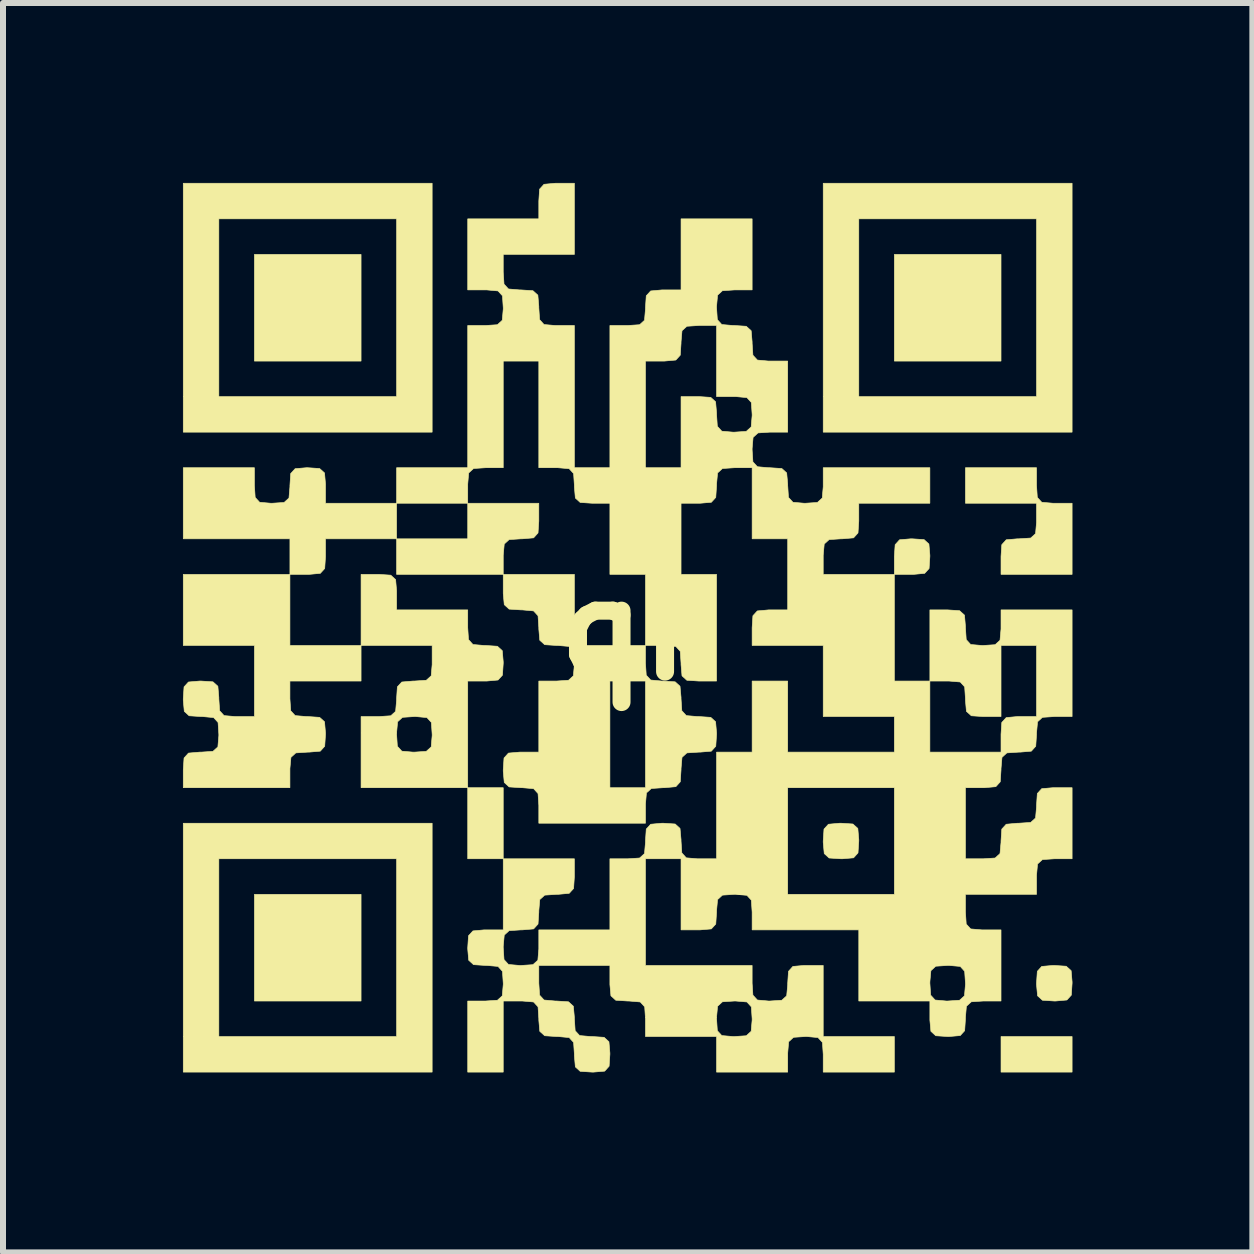
<source format=kicad_pcb>
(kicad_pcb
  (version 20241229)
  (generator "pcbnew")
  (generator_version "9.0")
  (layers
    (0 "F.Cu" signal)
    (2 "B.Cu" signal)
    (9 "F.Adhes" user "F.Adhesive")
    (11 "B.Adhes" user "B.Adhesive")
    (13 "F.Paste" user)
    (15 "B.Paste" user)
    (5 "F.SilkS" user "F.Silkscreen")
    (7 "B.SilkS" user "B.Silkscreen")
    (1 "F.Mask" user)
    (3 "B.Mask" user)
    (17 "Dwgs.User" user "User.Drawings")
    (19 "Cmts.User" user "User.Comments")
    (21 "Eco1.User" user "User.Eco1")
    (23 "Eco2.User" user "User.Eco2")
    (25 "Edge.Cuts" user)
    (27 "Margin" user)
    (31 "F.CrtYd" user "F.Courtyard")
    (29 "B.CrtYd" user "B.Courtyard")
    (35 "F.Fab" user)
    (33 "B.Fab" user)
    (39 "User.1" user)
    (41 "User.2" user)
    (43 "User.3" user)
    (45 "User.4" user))
  (footprint "qr"
    (layer "F.Cu")
    (at 7.456 7.456)
    (property "Reference" "qr" (at 0 0 0) (layer "F.SilkS") (effects (font (size 1.524 1.524) (thickness 0.3))))
    (attr through_hole)
    (fp_poly (pts (xy -4.487 -4.487) (xy -6.265 -4.487) (xy -6.265 -6.265) (xy -4.487 -6.265) (xy -4.487 -4.487)) (stroke (width 0.01) (type solid)) (fill yes) (layer "F.SilkS"))
    (fp_poly (pts (xy -4.487 6.181) (xy -6.265 6.181) (xy -6.265 4.403) (xy -4.487 4.403) (xy -4.487 6.181)) (stroke (width 0.01) (type solid)) (fill yes) (layer "F.SilkS"))
    (fp_poly (pts (xy 6.181 -4.487) (xy 4.403 -4.487) (xy 4.403 -6.265) (xy 6.181 -6.265) (xy 6.181 -4.487)) (stroke (width 0.01) (type solid)) (fill yes) (layer "F.SilkS"))
    (fp_poly (pts (xy 7.366 7.366) (xy 6.181 7.366) (xy 6.181 6.773) (xy 7.366 6.773) (xy 7.366 7.366)) (stroke (width 0.01) (type solid)) (fill yes) (layer "F.SilkS"))
    (fp_poly (pts (xy -3.302 -3.302) (xy -7.451 -3.302) (xy -7.451 -6.858) (xy -6.858 -6.858) (xy -6.858 -3.895) (xy -3.895 -3.895) (xy -3.895 -6.858) (xy -6.858 -6.858) (xy -7.451 -6.858) (xy -7.451 -7.451) (xy -3.302 -7.451) (xy -3.302 -3.302)) (stroke (width 0.01) (type solid)) (fill yes) (layer "F.SilkS"))
    (fp_poly (pts (xy -3.302 7.366) (xy -7.451 7.366) (xy -7.451 3.81) (xy -6.858 3.81) (xy -6.858 6.773) (xy -3.895 6.773) (xy -3.895 3.81) (xy -6.858 3.81) (xy -7.451 3.81) (xy -7.451 3.217) (xy -3.302 3.217) (xy -3.302 7.366)) (stroke (width 0.01) (type solid)) (fill yes) (layer "F.SilkS"))
    (fp_poly (pts (xy 7.366 -3.302) (xy 3.217 -3.302) (xy 3.217 -6.858) (xy 3.81 -6.858) (xy 3.81 -3.895) (xy 6.773 -3.895) (xy 6.773 -6.858) (xy 3.81 -6.858) (xy 3.217 -6.858) (xy 3.217 -7.451) (xy 7.366 -7.451) (xy 7.366 -3.302)) (stroke (width 0.01) (type solid)) (fill yes) (layer "F.SilkS"))
    (fp_poly (pts (xy 4.403 -1.228) (xy 4.416 -1.426) (xy 4.49 -1.508) (xy 4.676 -1.524) (xy 4.699 -1.524) (xy 4.898 -1.511) (xy 4.979 -1.437) (xy 4.995 -1.25) (xy 4.995 -1.228) (xy 4.982 -1.029) (xy 4.908 -0.948) (xy 4.722 -0.931) (xy 4.699 -0.931) (xy 4.403 -0.931) (xy 4.403 -1.228)) (stroke (width 0.01) (type solid)) (fill yes) (layer "F.SilkS"))
    (fp_poly (pts (xy -3.895 -0.931) (xy -3.895 -1.524) (xy -2.709 -1.524) (xy -2.709 -2.117) (xy -1.524 -2.117) (xy -1.524 -1.82) (xy -1.537 -1.622) (xy -1.611 -1.54) (xy -1.798 -1.524) (xy -1.82 -1.524) (xy -2.019 -1.511) (xy -2.1 -1.437) (xy -2.117 -1.25) (xy -2.117 -1.228) (xy -2.117 -0.931) (xy -3.895 -0.931)) (stroke (width 0.01) (type solid)) (fill yes) (layer "F.SilkS"))
    (fp_poly (pts (xy 3.712 3.23) (xy 3.794 3.304) (xy 3.81 3.491) (xy 3.81 3.514) (xy 3.797 3.712) (xy 3.723 3.794) (xy 3.536 3.81) (xy 3.514 3.81) (xy 3.315 3.797) (xy 3.234 3.723) (xy 3.217 3.536) (xy 3.217 3.514) (xy 3.23 3.315) (xy 3.304 3.234) (xy 3.491 3.217) (xy 3.514 3.217) (xy 3.712 3.23)) (stroke (width 0.01) (type solid)) (fill yes) (layer "F.SilkS"))
    (fp_poly (pts (xy 7.268 5.601) (xy 7.35 5.675) (xy 7.366 5.862) (xy 7.366 5.884) (xy 7.353 6.083) (xy 7.279 6.164) (xy 7.092 6.181) (xy 7.07 6.181) (xy 6.871 6.168) (xy 6.79 6.094) (xy 6.773 5.907) (xy 6.773 5.884) (xy 6.786 5.686) (xy 6.86 5.604) (xy 7.047 5.588) (xy 7.07 5.588) (xy 7.268 5.601)) (stroke (width 0.01) (type solid)) (fill yes) (layer "F.SilkS"))
    (fp_poly (pts (xy 6.773 -2.413) (xy 6.786 -2.214) (xy 6.86 -2.133) (xy 7.047 -2.117) (xy 7.07 -2.117) (xy 7.366 -2.117) (xy 7.366 -0.931) (xy 6.181 -0.931) (xy 6.181 -1.228) (xy 6.194 -1.426) (xy 6.268 -1.508) (xy 6.454 -1.524) (xy 6.477 -1.524) (xy 6.676 -1.537) (xy 6.757 -1.611) (xy 6.773 -1.798) (xy 6.773 -1.82) (xy 6.773 -2.117) (xy 5.588 -2.117) (xy 5.588 -2.709) (xy 6.773 -2.709) (xy 6.773 -2.413)) (stroke (width 0.01) (type solid)) (fill yes) (layer "F.SilkS"))
    (fp_poly (pts (xy -0.931 -0.931) (xy -0.931 0.254) (xy 0.254 0.254) (xy 0.254 0.55) (xy 0.267 0.749) (xy 0.341 0.83) (xy 0.528 0.847) (xy 0.55 0.847) (xy 0.749 0.86) (xy 0.83 0.934) (xy 0.847 1.12) (xy 0.847 1.143) (xy 0.86 1.342) (xy 0.934 1.423) (xy 1.12 1.439) (xy 1.143 1.439) (xy 1.342 1.452) (xy 1.423 1.526) (xy 1.439 1.713) (xy 1.439 1.736) (xy 1.426 1.934) (xy 1.352 2.016) (xy 1.166 2.032) (xy 1.143 2.032) (xy 0.944 2.045) (xy 0.863 2.119) (xy 0.847 2.306) (xy 0.847 2.328) (xy 0.834 2.527) (xy 0.76 2.608) (xy 0.573 2.625) (xy 0.55 2.625) (xy 0.352 2.638) (xy 0.27 2.712) (xy 0.254 2.898) (xy 0.254 2.921) (xy 0.254 3.217) (xy -1.524 3.217) (xy -1.524 2.921) (xy -1.537 2.722) (xy -1.611 2.641) (xy -1.798 2.625) (xy -1.82 2.625) (xy -2.019 2.612) (xy -2.1 2.538) (xy -2.117 2.351) (xy -2.117 2.328) (xy -2.104 2.13) (xy -2.03 2.048) (xy -1.843 2.032) (xy -1.82 2.032) (xy -1.524 2.032) (xy -1.524 0.847) (xy -1.228 0.847) (xy -0.339 0.847) (xy -0.339 2.625) (xy 0.254 2.625) (xy 0.254 0.847) (xy -0.339 0.847) (xy -1.228 0.847) (xy -1.029 0.834) (xy -0.948 0.76) (xy -0.931 0.573) (xy -0.931 0.55) (xy -0.944 0.352) (xy -1.018 0.27) (xy -1.205 0.254) (xy -1.228 0.254) (xy -1.426 0.241) (xy -1.508 0.167) (xy -1.524 -0.02) (xy -1.524 -0.042) (xy -1.537 -0.241) (xy -1.611 -0.322) (xy -1.798 -0.339) (xy -1.82 -0.339) (xy -2.019 -0.352) (xy -2.1 -0.426) (xy -2.117 -0.612) (xy -2.117 -0.635) (xy -2.117 -0.931) (xy -0.931 -0.931)) (stroke (width 0.01) (type solid)) (fill yes) (layer "F.SilkS"))
    (fp_poly (pts (xy 4.403 0.847) (xy 4.995 0.847) (xy 4.995 2.032) (xy 6.181 2.032) (xy 6.181 1.736) (xy 6.194 1.537) (xy 6.268 1.456) (xy 6.454 1.439) (xy 6.477 1.439) (xy 6.773 1.439) (xy 6.773 0.254) (xy 6.181 0.254) (xy 6.181 1.439) (xy 5.884 1.439) (xy 5.686 1.426) (xy 5.604 1.352) (xy 5.588 1.166) (xy 5.588 1.143) (xy 5.575 0.944) (xy 5.501 0.863) (xy 5.314 0.847) (xy 5.292 0.847) (xy 4.995 0.847) (xy 4.995 -0.339) (xy 5.292 -0.339) (xy 5.49 -0.326) (xy 5.572 -0.252) (xy 5.588 -0.065) (xy 5.588 -0.042) (xy 5.601 0.156) (xy 5.675 0.238) (xy 5.862 0.254) (xy 5.884 0.254) (xy 6.083 0.241) (xy 6.164 0.167) (xy 6.181 -0.02) (xy 6.181 -0.042) (xy 6.181 -0.339) (xy 7.366 -0.339) (xy 7.366 1.439) (xy 7.07 1.439) (xy 6.871 1.452) (xy 6.79 1.526) (xy 6.773 1.713) (xy 6.773 1.736) (xy 6.76 1.934) (xy 6.686 2.016) (xy 6.5 2.032) (xy 6.477 2.032) (xy 6.278 2.045) (xy 6.197 2.119) (xy 6.181 2.306) (xy 6.181 2.328) (xy 6.168 2.527) (xy 6.094 2.608) (xy 5.907 2.625) (xy 5.884 2.625) (xy 5.588 2.625) (xy 5.588 3.81) (xy 5.884 3.81) (xy 6.083 3.797) (xy 6.164 3.723) (xy 6.181 3.536) (xy 6.181 3.514) (xy 6.194 3.315) (xy 6.268 3.234) (xy 6.454 3.217) (xy 6.477 3.217) (xy 6.676 3.204) (xy 6.757 3.13) (xy 6.773 2.944) (xy 6.773 2.921) (xy 6.786 2.722) (xy 6.86 2.641) (xy 7.047 2.625) (xy 7.07 2.625) (xy 7.366 2.625) (xy 7.366 3.81) (xy 7.07 3.81) (xy 6.871 3.823) (xy 6.79 3.897) (xy 6.773 4.084) (xy 6.773 4.106) (xy 6.773 4.403) (xy 5.588 4.403) (xy 5.588 4.699) (xy 5.601 4.898) (xy 5.675 4.979) (xy 5.862 4.995) (xy 5.884 4.995) (xy 6.181 4.995) (xy 6.181 6.181) (xy 5.884 6.181) (xy 5.686 6.194) (xy 5.604 6.268) (xy 5.588 6.454) (xy 5.588 6.477) (xy 5.575 6.676) (xy 5.501 6.757) (xy 5.314 6.773) (xy 5.292 6.773) (xy 5.093 6.76) (xy 5.012 6.686) (xy 4.995 6.5) (xy 4.995 6.477) (xy 4.995 6.181) (xy 3.81 6.181) (xy 3.81 5.884) (xy 4.995 5.884) (xy 5.008 6.083) (xy 5.082 6.164) (xy 5.269 6.181) (xy 5.292 6.181) (xy 5.49 6.168) (xy 5.572 6.094) (xy 5.588 5.907) (xy 5.588 5.884) (xy 5.575 5.686) (xy 5.501 5.604) (xy 5.314 5.588) (xy 5.292 5.588) (xy 5.093 5.601) (xy 5.012 5.675) (xy 4.995 5.862) (xy 4.995 5.884) (xy 3.81 5.884) (xy 3.81 4.995) (xy 2.032 4.995) (xy 2.032 4.699) (xy 2.019 4.5) (xy 1.945 4.419) (xy 1.758 4.403) (xy 1.736 4.403) (xy 1.537 4.416) (xy 1.456 4.49) (xy 1.439 4.676) (xy 1.439 4.699) (xy 1.426 4.898) (xy 1.352 4.979) (xy 1.166 4.995) (xy 1.143 4.995) (xy 0.847 4.995) (xy 0.847 3.81) (xy 0.254 3.81) (xy 0.254 5.588) (xy 2.032 5.588) (xy 2.032 5.884) (xy 2.045 6.083) (xy 2.119 6.164) (xy 2.306 6.181) (xy 2.328 6.181) (xy 2.527 6.168) (xy 2.608 6.094) (xy 2.625 5.907) (xy 2.625 5.884) (xy 2.638 5.686) (xy 2.712 5.604) (xy 2.898 5.588) (xy 2.921 5.588) (xy 3.217 5.588) (xy 3.217 6.773) (xy 4.403 6.773) (xy 4.403 7.366) (xy 3.217 7.366) (xy 3.217 7.07) (xy 3.204 6.871) (xy 3.13 6.79) (xy 2.944 6.773) (xy 2.921 6.773) (xy 2.722 6.786) (xy 2.641 6.86) (xy 2.625 7.047) (xy 2.625 7.07) (xy 2.625 7.366) (xy 1.439 7.366) (xy 1.439 6.773) (xy 0.254 6.773) (xy 0.254 6.477) (xy 1.439 6.477) (xy 1.452 6.676) (xy 1.526 6.757) (xy 1.713 6.773) (xy 1.736 6.773) (xy 1.934 6.76) (xy 2.016 6.686) (xy 2.032 6.5) (xy 2.032 6.477) (xy 2.019 6.278) (xy 1.945 6.197) (xy 1.758 6.181) (xy 1.736 6.181) (xy 1.537 6.194) (xy 1.456 6.268) (xy 1.439 6.454) (xy 1.439 6.477) (xy 0.254 6.477) (xy 0.241 6.278) (xy 0.167 6.197) (xy -0.02 6.181) (xy -0.042 6.181) (xy -0.241 6.168) (xy -0.322 6.094) (xy -0.339 5.907) (xy -0.339 5.884) (xy -0.339 5.588) (xy -1.524 5.588) (xy -1.524 5.884) (xy -1.511 6.083) (xy -1.437 6.164) (xy -1.25 6.181) (xy -1.228 6.181) (xy -1.029 6.194) (xy -0.948 6.268) (xy -0.931 6.454) (xy -0.931 6.477) (xy -0.918 6.676) (xy -0.844 6.757) (xy -0.658 6.773) (xy -0.635 6.773) (xy -0.436 6.786) (xy -0.355 6.86) (xy -0.339 7.047) (xy -0.339 7.07) (xy -0.352 7.268) (xy -0.426 7.35) (xy -0.612 7.366) (xy -0.635 7.366) (xy -0.834 7.353) (xy -0.915 7.279) (xy -0.931 7.092) (xy -0.931 7.07) (xy -0.944 6.871) (xy -1.018 6.79) (xy -1.205 6.773) (xy -1.228 6.773) (xy -1.426 6.76) (xy -1.508 6.686) (xy -1.524 6.5) (xy -1.524 6.477) (xy -1.537 6.278) (xy -1.611 6.197) (xy -1.798 6.181) (xy -1.82 6.181) (xy -2.117 6.181) (xy -2.117 7.366) (xy -2.709 7.366) (xy -2.709 6.181) (xy -2.413 6.181) (xy -2.214 6.168) (xy -2.133 6.094) (xy -2.117 5.907) (xy -2.117 5.884) (xy -2.13 5.686) (xy -2.204 5.604) (xy -2.39 5.588) (xy -2.413 5.588) (xy -2.612 5.575) (xy -2.693 5.501) (xy -2.709 5.314) (xy -2.709 5.292) (xy -2.696 5.093) (xy -2.622 5.012) (xy -2.436 4.995) (xy -2.413 4.995) (xy -2.117 4.995) (xy -2.117 3.81) (xy -2.709 3.81) (xy -2.709 2.625) (xy -4.487 2.625) (xy -4.487 1.736) (xy -3.895 1.736) (xy -3.882 1.934) (xy -3.808 2.016) (xy -3.621 2.032) (xy -3.598 2.032) (xy -3.4 2.019) (xy -3.318 1.945) (xy -3.302 1.758) (xy -3.302 1.736) (xy -3.315 1.537) (xy -3.389 1.456) (xy -3.576 1.439) (xy -3.598 1.439) (xy -3.797 1.452) (xy -3.878 1.526) (xy -3.895 1.713) (xy -3.895 1.736) (xy -4.487 1.736) (xy -4.487 1.439) (xy -4.191 1.439) (xy -3.992 1.426) (xy -3.911 1.352) (xy -3.895 1.166) (xy -3.895 1.143) (xy -3.882 0.944) (xy -3.808 0.863) (xy -3.621 0.847) (xy -3.598 0.847) (xy -3.4 0.834) (xy -3.318 0.76) (xy -3.302 0.573) (xy -3.302 0.55) (xy -3.302 0.254) (xy -4.487 0.254) (xy -4.487 0.847) (xy -5.673 0.847) (xy -5.673 1.143) (xy -5.66 1.342) (xy -5.586 1.423) (xy -5.399 1.439) (xy -5.376 1.439) (xy -5.178 1.452) (xy -5.096 1.526) (xy -5.08 1.713) (xy -5.08 1.736) (xy -5.093 1.934) (xy -5.167 2.016) (xy -5.354 2.032) (xy -5.376 2.032) (xy -5.575 2.045) (xy -5.656 2.119) (xy -5.673 2.306) (xy -5.673 2.328) (xy -5.673 2.625) (xy -7.451 2.625) (xy -7.451 2.328) (xy -7.438 2.13) (xy -7.364 2.048) (xy -7.177 2.032) (xy -7.154 2.032) (xy -6.956 2.019) (xy -6.874 1.945) (xy -6.858 1.758) (xy -6.858 1.736) (xy -6.871 1.537) (xy -6.945 1.456) (xy -7.132 1.439) (xy -7.154 1.439) (xy -7.353 1.426) (xy -7.434 1.352) (xy -7.451 1.166) (xy -7.451 1.143) (xy -7.438 0.944) (xy -7.364 0.863) (xy -7.177 0.847) (xy -7.154 0.847) (xy -6.956 0.86) (xy -6.874 0.934) (xy -6.858 1.12) (xy -6.858 1.143) (xy -6.845 1.342) (xy -6.771 1.423) (xy -6.584 1.439) (xy -6.562 1.439) (xy -6.265 1.439) (xy -6.265 0.254) (xy -7.451 0.254) (xy -7.451 -0.931) (xy -5.673 -0.931) (xy -5.673 0.254) (xy -4.487 0.254) (xy -4.487 -0.931) (xy -4.191 -0.931) (xy -3.992 -0.918) (xy -3.911 -0.844) (xy -3.895 -0.658) (xy -3.895 -0.635) (xy -3.895 -0.339) (xy -2.709 -0.339) (xy -2.709 -0.042) (xy -2.696 0.156) (xy -2.622 0.238) (xy -2.436 0.254) (xy -2.413 0.254) (xy -2.214 0.267) (xy -2.133 0.341) (xy -2.117 0.528) (xy -2.117 0.55) (xy -2.13 0.749) (xy -2.204 0.83) (xy -2.39 0.847) (xy -2.413 0.847) (xy -2.709 0.847) (xy -2.709 2.625) (xy -2.117 2.625) (xy -2.117 3.81) (xy -0.931 3.81) (xy -0.931 4.106) (xy -0.944 4.305) (xy -1.018 4.386) (xy -1.205 4.403) (xy -1.228 4.403) (xy -1.426 4.416) (xy -1.508 4.49) (xy -1.524 4.676) (xy -1.524 4.699) (xy -1.537 4.898) (xy -1.611 4.979) (xy -1.798 4.995) (xy -1.82 4.995) (xy -2.019 5.008) (xy -2.1 5.082) (xy -2.117 5.269) (xy -2.117 5.292) (xy -2.104 5.49) (xy -2.03 5.572) (xy -1.843 5.588) (xy -1.82 5.588) (xy -1.622 5.575) (xy -1.54 5.501) (xy -1.524 5.314) (xy -1.524 5.292) (xy -1.524 4.995) (xy -0.339 4.995) (xy -0.339 3.81) (xy -0.042 3.81) (xy 0.156 3.797) (xy 0.238 3.723) (xy 0.254 3.536) (xy 0.254 3.514) (xy 0.267 3.315) (xy 0.341 3.234) (xy 0.528 3.217) (xy 0.55 3.217) (xy 0.749 3.23) (xy 0.83 3.304) (xy 0.847 3.491) (xy 0.847 3.514) (xy 0.86 3.712) (xy 0.934 3.794) (xy 1.12 3.81) (xy 1.143 3.81) (xy 1.439 3.81) (xy 1.439 2.625) (xy 2.625 2.625) (xy 2.625 4.403) (xy 4.403 4.403) (xy 4.403 2.625) (xy 2.625 2.625) (xy 1.439 2.625) (xy 1.439 2.032) (xy 2.032 2.032) (xy 2.032 0.847) (xy 2.625 0.847) (xy 2.625 2.032) (xy 4.403 2.032) (xy 4.403 1.439) (xy 3.217 1.439) (xy 3.217 0.254) (xy 2.032 0.254) (xy 2.032 -0.042) (xy 2.045 -0.241) (xy 2.119 -0.322) (xy 2.306 -0.339) (xy 2.328 -0.339) (xy 2.625 -0.339) (xy 2.625 -1.524) (xy 2.032 -1.524) (xy 2.032 -2.709) (xy 1.736 -2.709) (xy 1.537 -2.696) (xy 1.456 -2.622) (xy 1.439 -2.436) (xy 1.439 -2.413) (xy 1.426 -2.214) (xy 1.352 -2.133) (xy 1.166 -2.117) (xy 1.143 -2.117) (xy 0.847 -2.117) (xy 0.847 -0.931) (xy 1.439 -0.931) (xy 1.439 0.847) (xy 1.143 0.847) (xy 0.944 0.834) (xy 0.863 0.76) (xy 0.847 0.573) (xy 0.847 0.55) (xy 0.834 0.352) (xy 0.76 0.27) (xy 0.573 0.254) (xy 0.55 0.254) (xy 0.254 0.254) (xy 0.254 -0.931) (xy -0.339 -0.931) (xy -0.339 -2.117) (xy -0.635 -2.117) (xy -0.834 -2.13) (xy -0.915 -2.204) (xy -0.931 -2.39) (xy -0.931 -2.413) (xy -0.944 -2.612) (xy -1.018 -2.693) (xy -1.205 -2.709) (xy -1.228 -2.709) (xy -1.524 -2.709) (xy -1.524 -4.487) (xy -2.117 -4.487) (xy -2.117 -2.709) (xy -2.413 -2.709) (xy -2.612 -2.696) (xy -2.693 -2.622) (xy -2.709 -2.436) (xy -2.709 -2.413) (xy -2.709 -2.117) (xy -3.895 -2.117) (xy -3.895 -1.524) (xy -5.08 -1.524) (xy -5.08 -1.228) (xy -5.093 -1.029) (xy -5.167 -0.948) (xy -5.354 -0.931) (xy -5.376 -0.931) (xy -5.673 -0.931) (xy -5.673 -1.524) (xy -7.451 -1.524) (xy -7.451 -2.709) (xy -6.265 -2.709) (xy -6.265 -2.413) (xy -6.252 -2.214) (xy -6.178 -2.133) (xy -5.992 -2.117) (xy -5.969 -2.117) (xy -5.77 -2.13) (xy -5.689 -2.204) (xy -5.673 -2.39) (xy -5.673 -2.413) (xy -5.66 -2.612) (xy -5.586 -2.693) (xy -5.399 -2.709) (xy -5.376 -2.709) (xy -5.178 -2.696) (xy -5.096 -2.622) (xy -5.08 -2.436) (xy -5.08 -2.413) (xy -5.08 -2.117) (xy -3.895 -2.117) (xy -3.895 -2.709) (xy -2.709 -2.709) (xy -2.709 -5.08) (xy -2.413 -5.08) (xy -2.214 -5.093) (xy -2.133 -5.167) (xy -2.117 -5.354) (xy -2.117 -5.376) (xy -2.13 -5.575) (xy -2.204 -5.656) (xy -2.39 -5.673) (xy -2.413 -5.673) (xy -2.709 -5.673) (xy -2.709 -6.858) (xy -1.524 -6.858) (xy -1.524 -7.154) (xy -1.511 -7.353) (xy -1.437 -7.434) (xy -1.25 -7.451) (xy -1.228 -7.451) (xy -0.931 -7.451) (xy -0.931 -6.265) (xy -2.117 -6.265) (xy -2.117 -5.969) (xy -2.104 -5.77) (xy -2.03 -5.689) (xy -1.843 -5.673) (xy -1.82 -5.673) (xy -1.622 -5.66) (xy -1.54 -5.586) (xy -1.524 -5.399) (xy -1.524 -5.376) (xy -1.511 -5.178) (xy -1.437 -5.096) (xy -1.25 -5.08) (xy -1.228 -5.08) (xy -0.931 -5.08) (xy -0.931 -2.709) (xy -0.339 -2.709) (xy -0.339 -4.487) (xy 0.254 -4.487) (xy 0.254 -2.709) (xy 0.847 -2.709) (xy 0.847 -3.895) (xy 1.143 -3.895) (xy 1.342 -3.882) (xy 1.423 -3.808) (xy 1.439 -3.621) (xy 1.439 -3.598) (xy 1.452 -3.4) (xy 1.526 -3.318) (xy 1.713 -3.302) (xy 1.736 -3.302) (xy 1.934 -3.315) (xy 2.016 -3.389) (xy 2.032 -3.576) (xy 2.032 -3.598) (xy 2.019 -3.797) (xy 1.945 -3.878) (xy 1.758 -3.895) (xy 1.736 -3.895) (xy 1.439 -3.895) (xy 1.439 -5.08) (xy 1.143 -5.08) (xy 0.944 -5.067) (xy 0.863 -4.993) (xy 0.847 -4.806) (xy 0.847 -4.784) (xy 0.834 -4.585) (xy 0.76 -4.504) (xy 0.573 -4.487) (xy 0.55 -4.487) (xy 0.254 -4.487) (xy -0.339 -4.487) (xy -0.339 -5.08) (xy -0.042 -5.08) (xy 0.156 -5.093) (xy 0.238 -5.167) (xy 0.254 -5.354) (xy 0.254 -5.376) (xy 0.267 -5.575) (xy 0.341 -5.656) (xy 0.528 -5.673) (xy 0.55 -5.673) (xy 0.847 -5.673) (xy 0.847 -6.858) (xy 2.032 -6.858) (xy 2.032 -5.673) (xy 1.736 -5.673) (xy 1.537 -5.66) (xy 1.456 -5.586) (xy 1.439 -5.399) (xy 1.439 -5.376) (xy 1.452 -5.178) (xy 1.526 -5.096) (xy 1.713 -5.08) (xy 1.736 -5.08) (xy 1.934 -5.067) (xy 2.016 -4.993) (xy 2.032 -4.806) (xy 2.032 -4.784) (xy 2.045 -4.585) (xy 2.119 -4.504) (xy 2.306 -4.487) (xy 2.328 -4.487) (xy 2.625 -4.487) (xy 2.625 -3.302) (xy 2.328 -3.302) (xy 2.13 -3.289) (xy 2.048 -3.215) (xy 2.032 -3.028) (xy 2.032 -3.006) (xy 2.045 -2.807) (xy 2.119 -2.726) (xy 2.306 -2.709) (xy 2.328 -2.709) (xy 2.527 -2.696) (xy 2.608 -2.622) (xy 2.625 -2.436) (xy 2.625 -2.413) (xy 2.638 -2.214) (xy 2.712 -2.133) (xy 2.898 -2.117) (xy 2.921 -2.117) (xy 3.12 -2.13) (xy 3.201 -2.204) (xy 3.217 -2.39) (xy 3.217 -2.413) (xy 3.217 -2.709) (xy 4.995 -2.709) (xy 4.995 -2.117) (xy 3.81 -2.117) (xy 3.81 -1.82) (xy 3.797 -1.622) (xy 3.723 -1.54) (xy 3.536 -1.524) (xy 3.514 -1.524) (xy 3.315 -1.511) (xy 3.234 -1.437) (xy 3.217 -1.25) (xy 3.217 -1.228) (xy 3.217 -0.931) (xy 4.403 -0.931) (xy 4.403 0.847)) (stroke (width 0.01) (type solid)) (fill yes) (layer "F.SilkS")))
  (gr_rect
    (start -3 -3)
    (end 17.827 17.827)
    (stroke (width 0.1) (type default))
    (fill no)
    (layer "Edge.Cuts")))
</source>
